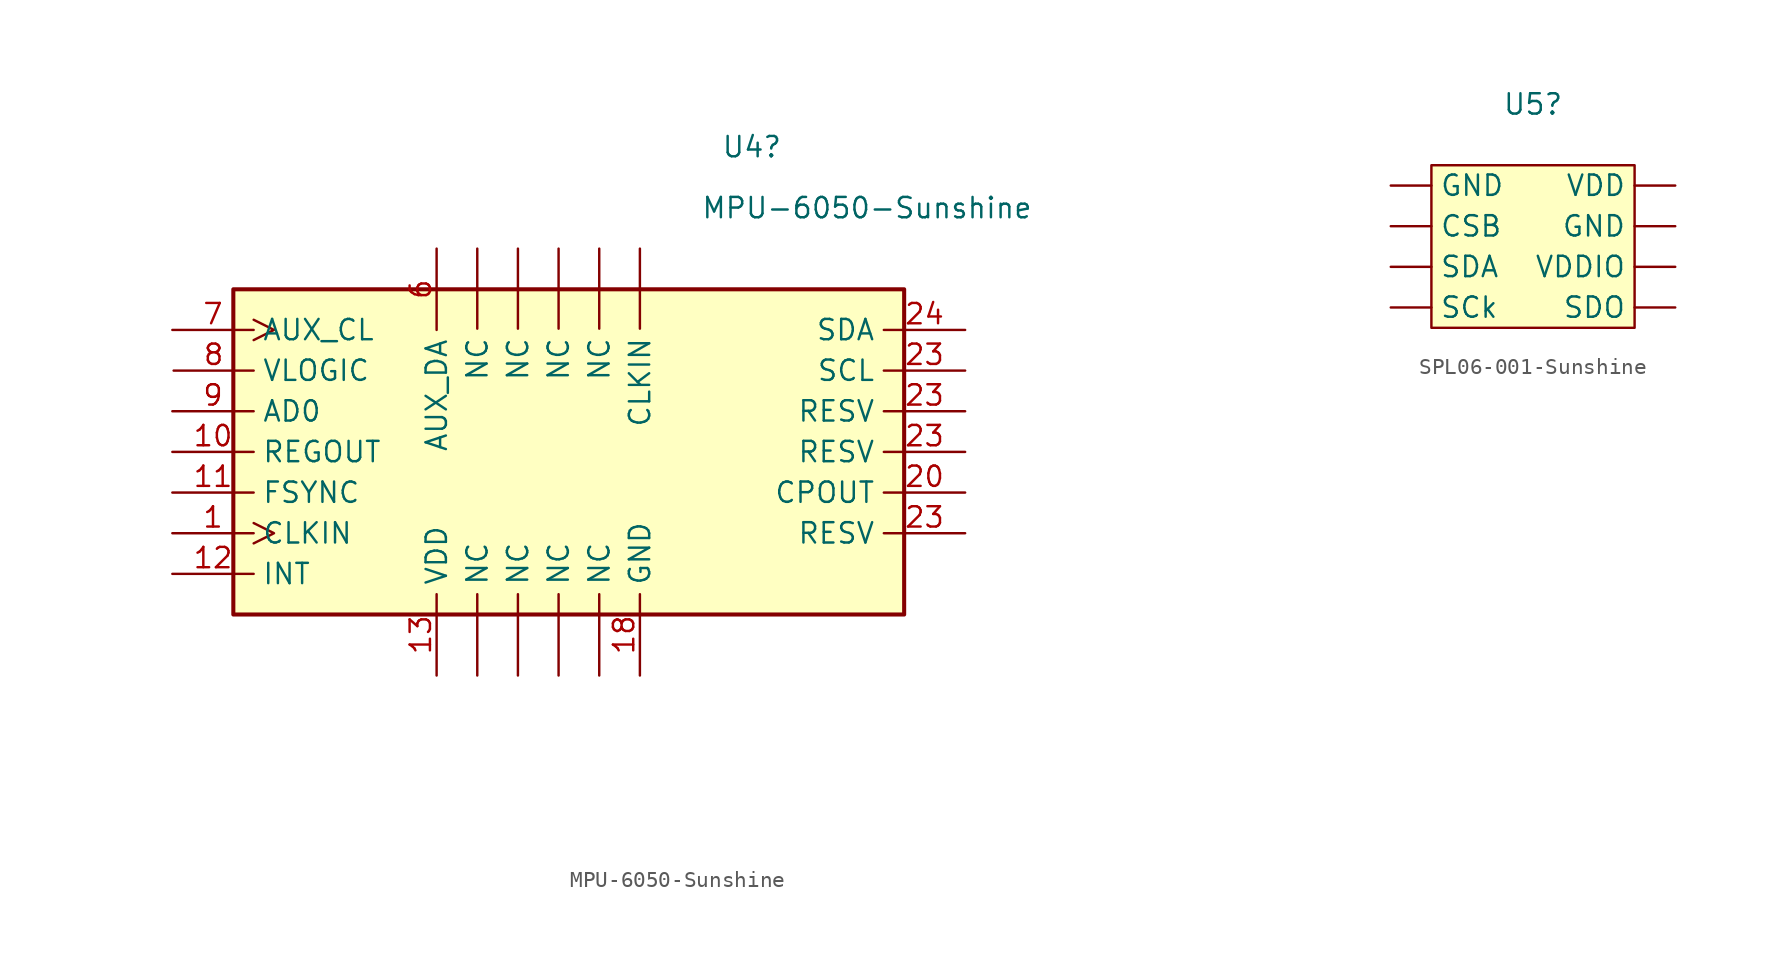
<source format=kicad_sym>
(kicad_symbol_lib
  (version 20220914)
  (generator kicad_symbol_editor)
  (symbol "MPU-6050-Sunshine"
    (property "Reference" "U4"
      (at 10.16 19.05 0)
      (effects (font (size 1.27 1.27)) (justify left)))
    (property "Value" "MPU-6050-Sunshine"
      (at 8.89 15.24 0)
      (effects (font (size 1.27 1.27)) (justify left)))
    (symbol "MPU-6050-Sunshine_0_0"
      (text "" (at 12.7 -2.54 0) (effects (font (size 1.27 1.27)))))
    (symbol "MPU-6050-Sunshine_0_1"
      (rectangle (start -20.32 10.16) (end 21.59 -10.16) (stroke (width 0.254) (type default)) (fill (type background))))
    (symbol "MPU-6050-Sunshine_1_1"
      (pin power_out line (at 5.08 12.7 270) (length 5) (name "CLKIN" (effects (font (size 1.27 1.27)))) (number "" (effects (font (size 1.27 1.27)))))
      (pin power_in line (at -5.08 -13.97 90) (length 5.08) (name "NC" (effects (font (size 1.27 1.27)))) (number "" (effects (font (size 1.27 1.27)))))
      (pin power_in line (at -5.08 12.7 270) (length 5) (name "NC" (effects (font (size 1.27 1.27)))) (number "" (effects (font (size 1.27 1.27)))))
      (pin power_in line (at -2.54 -13.97 90) (length 5.08) (name "NC" (effects (font (size 1.27 1.27)))) (number "" (effects (font (size 1.27 1.27)))))
      (pin power_in line (at -2.54 12.7 270) (length 5) (name "NC" (effects (font (size 1.27 1.27)))) (number "" (effects (font (size 1.27 1.27)))))
      (pin power_in line (at 0 -13.97 90) (length 5.08) (name "NC" (effects (font (size 1.27 1.27)))) (number "" (effects (font (size 1.27 1.27)))))
      (pin power_in line (at 0 12.7 270) (length 5) (name "NC" (effects (font (size 1.27 1.27)))) (number "" (effects (font (size 1.27 1.27)))))
      (pin power_in line (at 2.54 -13.97 90) (length 5.08) (name "NC" (effects (font (size 1.27 1.27)))) (number "" (effects (font (size 1.27 1.27)))))
      (pin power_in line (at 2.54 12.7 270) (length 5) (name "NC" (effects (font (size 1.27 1.27)))) (number "" (effects (font (size 1.27 1.27)))))
      (pin input clock (at -24.13 -5.08 0) (length 5.08) (name "CLKIN" (effects (font (size 1.27 1.27)))) (number "1" (effects (font (size 1.27 1.27)))))
      (pin passive line (at -24.13 0 0) (length 5.08) (name "REGOUT" (effects (font (size 1.27 1.27)))) (number "10" (effects (font (size 1.27 1.27)))))
      (pin input line (at -24.13 -2.54 0) (length 5.08) (name "FSYNC" (effects (font (size 1.27 1.27)))) (number "11" (effects (font (size 1.27 1.27)))))
      (pin output line (at -24.13 -7.62 0) (length 5.08) (name "INT" (effects (font (size 1.27 1.27)))) (number "12" (effects (font (size 1.27 1.27)))))
      (pin power_in line (at -7.62 -13.97 90) (length 5.08) (name "VDD" (effects (font (size 1.27 1.27)))) (number "13" (effects (font (size 1.27 1.27)))))
      (pin no_connect line (at -12.7 -10.16 0) (length 2.54) hide (name "NC" (effects (font (size 1.27 1.27)))) (number "14" (effects (font (size 1.27 1.27)))))
      (pin no_connect line (at 12.7 12.7 180) (length 2.54) hide (name "NC" (effects (font (size 1.27 1.27)))) (number "15" (effects (font (size 1.27 1.27)))))
      (pin no_connect line (at 12.7 10.16 180) (length 2.54) hide (name "NC" (effects (font (size 1.27 1.27)))) (number "16" (effects (font (size 1.27 1.27)))))
      (pin no_connect line (at 12.7 5.08 180) (length 2.54) hide (name "NC" (effects (font (size 1.27 1.27)))) (number "17" (effects (font (size 1.27 1.27)))))
      (pin power_in line (at 5.08 -13.97 90) (length 5.08) (name "GND" (effects (font (size 1.27 1.27)))) (number "18" (effects (font (size 1.27 1.27)))))
      (pin no_connect line (at 38.1 -8.89 180) (length 2.54) hide (name "RESV" (effects (font (size 1.27 1.27)))) (number "19" (effects (font (size 1.27 1.27)))))
      (pin no_connect line (at -12.7 12.7 0) (length 2.54) hide (name "NC" (effects (font (size 1.27 1.27)))) (number "2" (effects (font (size 1.27 1.27)))))
      (pin passive line (at 25.4 -2.54 180) (length 5.08) (name "CPOUT" (effects (font (size 1.27 1.27)))) (number "20" (effects (font (size 1.27 1.27)))))
      (pin no_connect line (at 39.37 -21.59 180) (length 2.54) hide (name "RESV" (effects (font (size 1.27 1.27)))) (number "21" (effects (font (size 1.27 1.27)))))
      (pin no_connect line (at 38.1 -12.7 180) (length 2.54) hide (name "RESV" (effects (font (size 1.27 1.27)))) (number "22" (effects (font (size 1.27 1.27)))))
      (pin input line (at 25.4 -5.08 180) (length 5.08) (name "RESV" (effects (font (size 1.27 1.27)))) (number "23" (effects (font (size 1.27 1.27)))))
      (pin input line (at 25.4 0 180) (length 5.08) (name "RESV" (effects (font (size 1.27 1.27)))) (number "23" (effects (font (size 1.27 1.27)))))
      (pin input line (at 25.4 2.54 180) (length 5.08) (name "RESV" (effects (font (size 1.27 1.27)))) (number "23" (effects (font (size 1.27 1.27)))))
      (pin input line (at 25.4 5.08 180) (length 5.08) (name "SCL" (effects (font (size 1.27 1.27)))) (number "23" (effects (font (size 1.27 1.27)))))
      (pin bidirectional line (at 25.4 7.62 180) (length 5.08) (name "SDA" (effects (font (size 1.27 1.27)))) (number "24" (effects (font (size 1.27 1.27)))))
      (pin no_connect line (at -10.16 10.16 0) (length 2.54) hide (name "NC" (effects (font (size 1.27 1.27)))) (number "3" (effects (font (size 1.27 1.27)))))
      (pin no_connect line (at -10.16 0 0) (length 2.54) hide (name "NC" (effects (font (size 1.27 1.27)))) (number "4" (effects (font (size 1.27 1.27)))))
      (pin no_connect line (at -10.16 -2.54 0) (length 2.54) hide (name "NC" (effects (font (size 1.27 1.27)))) (number "5" (effects (font (size 1.27 1.27)))))
      (pin bidirectional line (at -7.62 12.7 270) (length 5.08) (name "AUX_DA" (effects (font (size 1.27 1.27)))) (number "6" (effects (font (size 1.27 1.27)))))
      (pin output clock (at -24.13 7.62 0) (length 5.08) (name "AUX_CL" (effects (font (size 1.27 1.27)))) (number "7" (effects (font (size 1.27 1.27)))))
      (pin power_in line (at -24.05 5.08 0) (length 5) (name "VLOGIC" (effects (font (size 1.27 1.27)))) (number "8" (effects (font (size 1.27 1.27)))))
      (pin input line (at -24.13 2.54 0) (length 5.08) (name "AD0" (effects (font (size 1.27 1.27)))) (number "9" (effects (font (size 1.27 1.27)))))))
  (symbol "SPL06-001-Sunshine"
    (property "Reference" "U5"
      (at 0 8.89 0)
      (effects (font (size 1.27 1.27))))
    (property "Value" ""
      (at 0 0 0)
      (effects (font (size 1.27 1.27))))
    (symbol "SPL06-001-Sunshine_0_0"
      (text "" (at -7.62 7.62 0) (effects (font (size 1.27 1.27)))))
    (symbol "SPL06-001-Sunshine_1_1"
      (rectangle (start -6.35 5.08) (end 6.35 -5.08) (stroke (width 0) (type default)) (fill (type background)))
      (pin input line (at -8.89 1.27 0) (length 2.54) (name "CSB" (effects (font (size 1.27 1.27)))) (number "" (effects (font (size 1.27 1.27)))))
      (pin input line (at -8.89 3.81 0) (length 2.54) (name "GND" (effects (font (size 1.27 1.27)))) (number "" (effects (font (size 1.27 1.27)))))
      (pin input line (at 8.89 1.27 180) (length 2.54) (name "GND" (effects (font (size 1.27 1.27)))) (number "" (effects (font (size 1.27 1.27)))))
      (pin input line (at -8.89 -3.81 0) (length 2.54) (name "SCk" (effects (font (size 1.27 1.27)))) (number "" (effects (font (size 1.27 1.27)))))
      (pin input line (at -8.89 -1.27 0) (length 2.54) (name "SDA" (effects (font (size 1.27 1.27)))) (number "" (effects (font (size 1.27 1.27)))))
      (pin input line (at 8.89 -3.81 180) (length 2.54) (name "SDO" (effects (font (size 1.27 1.27)))) (number "" (effects (font (size 1.27 1.27)))))
      (pin input line (at 8.89 3.81 180) (length 2.54) (name "VDD" (effects (font (size 1.27 1.27)))) (number "" (effects (font (size 1.27 1.27)))))
      (pin input line (at 8.89 -1.27 180) (length 2.54) (name "VDDIO" (effects (font (size 1.27 1.27)))) (number "" (effects (font (size 1.27 1.27))))))))
</source>
